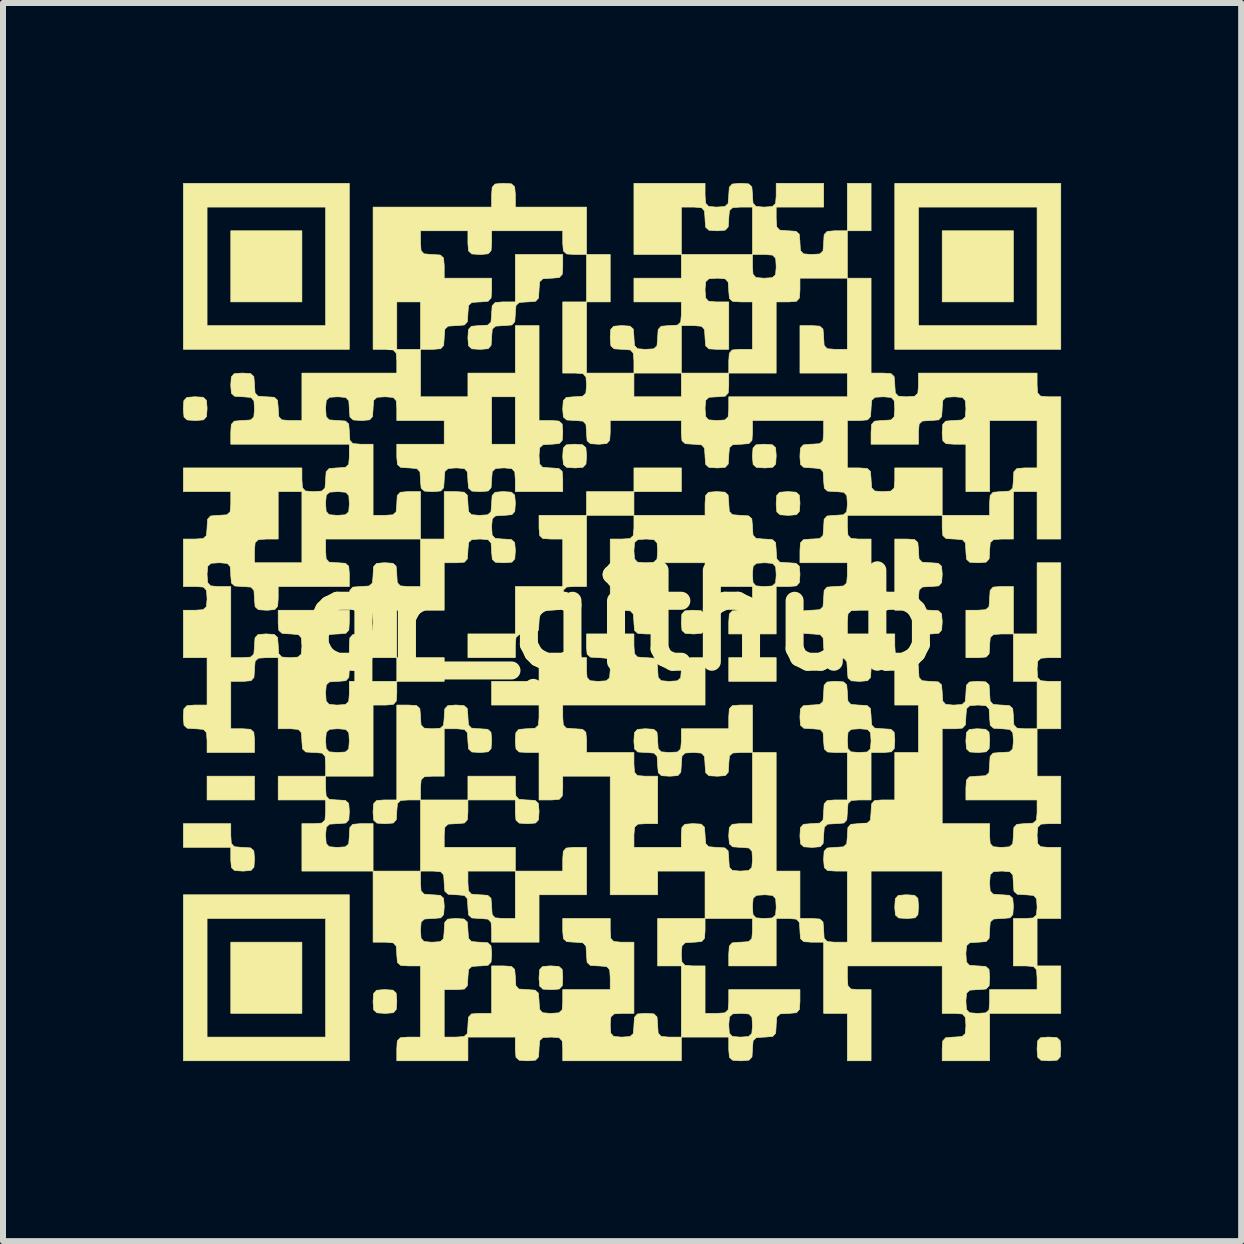
<source format=kicad_pcb>
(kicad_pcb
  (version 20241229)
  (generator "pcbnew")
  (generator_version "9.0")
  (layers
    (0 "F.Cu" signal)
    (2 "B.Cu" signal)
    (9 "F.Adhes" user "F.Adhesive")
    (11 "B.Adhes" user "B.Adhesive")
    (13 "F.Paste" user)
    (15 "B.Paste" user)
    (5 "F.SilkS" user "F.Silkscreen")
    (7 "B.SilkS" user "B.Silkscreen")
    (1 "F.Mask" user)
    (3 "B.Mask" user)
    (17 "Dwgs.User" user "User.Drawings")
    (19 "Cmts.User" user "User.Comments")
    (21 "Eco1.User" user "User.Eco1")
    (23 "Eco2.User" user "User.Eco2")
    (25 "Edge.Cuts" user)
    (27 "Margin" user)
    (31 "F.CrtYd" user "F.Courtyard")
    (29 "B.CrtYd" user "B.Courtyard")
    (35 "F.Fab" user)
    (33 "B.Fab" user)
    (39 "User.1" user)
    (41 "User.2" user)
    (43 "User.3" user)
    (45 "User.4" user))
  (footprint "qr_github"
    (layer "F.Cu")
    (at 7.286 7.286)
    (property "Reference" "qr_github" (at 0 0 0) (layer "F.SilkS") (effects (font (size 1.524 1.524) (thickness 0.3))))
    (attr through_hole)
    (fp_poly (pts (xy -6.096 2.992) (xy -6.886 2.992) (xy -6.886 2.596) (xy -6.096 2.596) (xy -6.096 2.992)) (stroke (width 0.01) (type solid)) (fill yes) (layer "F.SilkS"))
    (fp_poly (pts (xy -5.306 -5.306) (xy -6.491 -5.306) (xy -6.491 -6.491) (xy -5.306 -6.491) (xy -5.306 -5.306)) (stroke (width 0.01) (type solid)) (fill yes) (layer "F.SilkS"))
    (fp_poly (pts (xy -5.306 6.548) (xy -6.491 6.548) (xy -6.491 5.362) (xy -5.306 5.362) (xy -5.306 6.548)) (stroke (width 0.01) (type solid)) (fill yes) (layer "F.SilkS"))
    (fp_poly (pts (xy -2.935 0.621) (xy -2.935 1.016) (xy -3.725 1.016) (xy -3.725 0.621) (xy -2.935 0.621)) (stroke (width 0.01) (type solid)) (fill yes) (layer "F.SilkS"))
    (fp_poly (pts (xy -0.564 -1.75) (xy -0.564 -2.145) (xy 0.226 -2.145) (xy 0.226 -1.75) (xy -0.564 -1.75)) (stroke (width 0.01) (type solid)) (fill yes) (layer "F.SilkS"))
    (fp_poly (pts (xy 0.226 -2.54) (xy 1.016 -2.54) (xy 1.016 -2.145) (xy 0.226 -2.145) (xy 0.226 -2.54)) (stroke (width 0.01) (type solid)) (fill yes) (layer "F.SilkS"))
    (fp_poly (pts (xy 2.596 1.016) (xy 1.806 1.016) (xy 1.806 0.621) (xy 2.596 0.621) (xy 2.596 1.016)) (stroke (width 0.01) (type solid)) (fill yes) (layer "F.SilkS"))
    (fp_poly (pts (xy 3.782 -7.281) (xy 4.177 -7.281) (xy 4.177 -6.491) (xy 3.782 -6.491) (xy 3.782 -7.281)) (stroke (width 0.01) (type solid)) (fill yes) (layer "F.SilkS"))
    (fp_poly (pts (xy 6.548 -5.306) (xy 5.362 -5.306) (xy 5.362 -6.491) (xy 6.548 -6.491) (xy 6.548 -5.306)) (stroke (width 0.01) (type solid)) (fill yes) (layer "F.SilkS"))
    (fp_poly (pts (xy -4.516 -4.516) (xy -7.281 -4.516) (xy -7.281 -6.886) (xy -6.886 -6.886) (xy -6.886 -4.911) (xy -4.911 -4.911) (xy -4.911 -6.886) (xy -6.886 -6.886) (xy -7.281 -6.886) (xy -7.281 -7.281) (xy -4.516 -7.281) (xy -4.516 -4.516)) (stroke (width 0.01) (type solid)) (fill yes) (layer "F.SilkS"))
    (fp_poly (pts (xy -4.516 7.338) (xy -7.281 7.338) (xy -7.281 4.967) (xy -6.886 4.967) (xy -6.886 6.943) (xy -4.911 6.943) (xy -4.911 4.967) (xy -6.886 4.967) (xy -7.281 4.967) (xy -7.281 4.572) (xy -4.516 4.572) (xy -4.516 7.338)) (stroke (width 0.01) (type solid)) (fill yes) (layer "F.SilkS"))
    (fp_poly (pts (xy 7.338 -4.516) (xy 4.572 -4.516) (xy 4.572 -6.886) (xy 4.967 -6.886) (xy 4.967 -4.911) (xy 6.943 -4.911) (xy 6.943 -6.886) (xy 4.967 -6.886) (xy 4.572 -6.886) (xy 4.572 -7.281) (xy 7.338 -7.281) (xy 7.338 -4.516)) (stroke (width 0.01) (type solid)) (fill yes) (layer "F.SilkS"))
    (fp_poly (pts (xy -6.951 -3.717) (xy -6.897 -3.667) (xy -6.886 -3.543) (xy -6.886 -3.528) (xy -6.895 -3.395) (xy -6.944 -3.341) (xy -7.069 -3.33) (xy -7.084 -3.33) (xy -7.216 -3.339) (xy -7.27 -3.388) (xy -7.281 -3.513) (xy -7.281 -3.528) (xy -7.273 -3.66) (xy -7.223 -3.714) (xy -7.099 -3.725) (xy -7.084 -3.725) (xy -6.951 -3.717)) (stroke (width 0.01) (type solid)) (fill yes) (layer "F.SilkS"))
    (fp_poly (pts (xy -3.79 6.161) (xy -3.736 6.21) (xy -3.725 6.335) (xy -3.725 6.35) (xy -3.734 6.482) (xy -3.783 6.537) (xy -3.908 6.548) (xy -3.923 6.548) (xy -4.055 6.539) (xy -4.11 6.49) (xy -4.12 6.365) (xy -4.12 6.35) (xy -4.112 6.218) (xy -4.062 6.163) (xy -3.938 6.152) (xy -3.923 6.152) (xy -3.79 6.161)) (stroke (width 0.01) (type solid)) (fill yes) (layer "F.SilkS"))
    (fp_poly (pts (xy -1.025 5.766) (xy -0.97 5.815) (xy -0.96 5.94) (xy -0.96 5.955) (xy -0.968 6.087) (xy -1.018 6.142) (xy -1.142 6.152) (xy -1.157 6.152) (xy -1.29 6.144) (xy -1.344 6.094) (xy -1.355 5.97) (xy -1.355 5.955) (xy -1.346 5.822) (xy -1.297 5.768) (xy -1.172 5.757) (xy -1.157 5.757) (xy -1.025 5.766)) (stroke (width 0.01) (type solid)) (fill yes) (layer "F.SilkS"))
    (fp_poly (pts (xy -0.63 -2.926) (xy -0.575 -2.877) (xy -0.564 -2.753) (xy -0.564 -2.738) (xy -0.573 -2.605) (xy -0.622 -2.551) (xy -0.747 -2.54) (xy -0.762 -2.54) (xy -0.894 -2.549) (xy -0.949 -2.598) (xy -0.96 -2.723) (xy -0.96 -2.738) (xy -0.951 -2.87) (xy -0.902 -2.924) (xy -0.777 -2.935) (xy -0.762 -2.935) (xy -0.63 -2.926)) (stroke (width 0.01) (type solid)) (fill yes) (layer "F.SilkS"))
    (fp_poly (pts (xy 1.346 -0.161) (xy 1.4 -0.111) (xy 1.411 0.013) (xy 1.411 0.028) (xy 1.402 0.161) (xy 1.353 0.215) (xy 1.229 0.226) (xy 1.214 0.226) (xy 1.081 0.217) (xy 1.027 0.168) (xy 1.016 0.043) (xy 1.016 0.028) (xy 1.025 -0.104) (xy 1.074 -0.158) (xy 1.199 -0.169) (xy 1.214 -0.169) (xy 1.346 -0.161)) (stroke (width 0.01) (type solid)) (fill yes) (layer "F.SilkS"))
    (fp_poly (pts (xy 2.531 -2.926) (xy 2.586 -2.877) (xy 2.596 -2.753) (xy 2.596 -2.738) (xy 2.588 -2.605) (xy 2.538 -2.551) (xy 2.414 -2.54) (xy 2.399 -2.54) (xy 2.266 -2.549) (xy 2.212 -2.598) (xy 2.201 -2.723) (xy 2.201 -2.738) (xy 2.21 -2.87) (xy 2.259 -2.924) (xy 2.384 -2.935) (xy 2.399 -2.935) (xy 2.531 -2.926)) (stroke (width 0.01) (type solid)) (fill yes) (layer "F.SilkS"))
    (fp_poly (pts (xy 2.926 -2.136) (xy 2.981 -2.087) (xy 2.992 -1.962) (xy 2.992 -1.947) (xy 2.983 -1.815) (xy 2.934 -1.761) (xy 2.809 -1.75) (xy 2.794 -1.75) (xy 2.662 -1.759) (xy 2.607 -1.808) (xy 2.596 -1.932) (xy 2.596 -1.947) (xy 2.605 -2.08) (xy 2.654 -2.134) (xy 2.779 -2.145) (xy 2.794 -2.145) (xy 2.926 -2.136)) (stroke (width 0.01) (type solid)) (fill yes) (layer "F.SilkS"))
    (fp_poly (pts (xy 4.902 4.581) (xy 4.956 4.63) (xy 4.967 4.755) (xy 4.967 4.77) (xy 4.958 4.902) (xy 4.909 4.956) (xy 4.785 4.967) (xy 4.77 4.967) (xy 4.637 4.958) (xy 4.583 4.909) (xy 4.572 4.785) (xy 4.572 4.77) (xy 4.581 4.637) (xy 4.63 4.583) (xy 4.755 4.572) (xy 4.77 4.572) (xy 4.902 4.581)) (stroke (width 0.01) (type solid)) (fill yes) (layer "F.SilkS"))
    (fp_poly (pts (xy 6.087 1.815) (xy 6.142 1.864) (xy 6.152 1.989) (xy 6.152 2.004) (xy 6.144 2.136) (xy 6.094 2.19) (xy 5.97 2.201) (xy 5.955 2.201) (xy 5.822 2.193) (xy 5.768 2.143) (xy 5.757 2.019) (xy 5.757 2.004) (xy 5.766 1.871) (xy 5.815 1.817) (xy 5.94 1.806) (xy 5.955 1.806) (xy 6.087 1.815)) (stroke (width 0.01) (type solid)) (fill yes) (layer "F.SilkS"))
    (fp_poly (pts (xy 7.273 6.951) (xy 7.327 7.001) (xy 7.338 7.125) (xy 7.338 7.14) (xy 7.329 7.273) (xy 7.28 7.327) (xy 7.155 7.338) (xy 7.14 7.338) (xy 7.008 7.329) (xy 6.954 7.28) (xy 6.943 7.155) (xy 6.943 7.14) (xy 6.951 7.008) (xy 7.001 6.954) (xy 7.125 6.943) (xy 7.14 6.943) (xy 7.273 6.951)) (stroke (width 0.01) (type solid)) (fill yes) (layer "F.SilkS"))
    (fp_poly (pts (xy 6.943 0.226) (xy 6.943 -0.96) (xy 7.338 -0.96) (xy 7.338 0.621) (xy 7.14 0.621) (xy 7.008 0.63) (xy 6.954 0.679) (xy 6.943 0.803) (xy 6.943 0.818) (xy 6.951 0.951) (xy 7.001 1.005) (xy 7.125 1.016) (xy 7.14 1.016) (xy 7.338 1.016) (xy 7.338 1.806) (xy 6.943 1.806) (xy 6.943 1.016) (xy 6.548 1.016) (xy 6.548 0.226) (xy 6.943 0.226)) (stroke (width 0.01) (type solid)) (fill yes) (layer "F.SilkS"))
    (fp_poly (pts (xy -6.491 3.584) (xy -6.482 3.717) (xy -6.433 3.771) (xy -6.309 3.782) (xy -6.294 3.782) (xy -6.161 3.791) (xy -6.107 3.84) (xy -6.096 3.964) (xy -6.096 3.979) (xy -6.105 4.112) (xy -6.154 4.166) (xy -6.279 4.177) (xy -6.294 4.177) (xy -6.426 4.168) (xy -6.48 4.119) (xy -6.491 3.994) (xy -6.491 3.979) (xy -6.491 3.782) (xy -7.281 3.782) (xy -7.281 3.387) (xy -6.491 3.387) (xy -6.491 3.584)) (stroke (width 0.01) (type solid)) (fill yes) (layer "F.SilkS"))
    (fp_poly (pts (xy -2.54 2.596) (xy -1.75 2.596) (xy -1.75 2.794) (xy -1.741 2.926) (xy -1.692 2.981) (xy -1.567 2.992) (xy -1.552 2.992) (xy -1.42 3) (xy -1.366 3.05) (xy -1.355 3.174) (xy -1.355 3.189) (xy -1.363 3.322) (xy -1.413 3.376) (xy -1.537 3.387) (xy -1.552 3.387) (xy -1.685 3.378) (xy -1.739 3.329) (xy -1.75 3.204) (xy -1.75 3.189) (xy -1.75 2.992) (xy -2.54 2.992) (xy -2.54 2.596)) (stroke (width 0.01) (type solid)) (fill yes) (layer "F.SilkS"))
    (fp_poly (pts (xy 6.35 0.226) (xy 6.218 0.235) (xy 6.163 0.284) (xy 6.152 0.408) (xy 6.152 0.423) (xy 6.144 0.556) (xy 6.094 0.61) (xy 5.97 0.621) (xy 5.955 0.621) (xy 5.757 0.621) (xy 5.757 -0.169) (xy 5.955 -0.169) (xy 6.087 -0.178) (xy 6.142 -0.227) (xy 6.152 -0.352) (xy 6.152 -0.367) (xy 6.161 -0.499) (xy 6.21 -0.554) (xy 6.335 -0.564) (xy 6.35 -0.564) (xy 6.548 -0.564) (xy 6.548 0.226) (xy 6.35 0.226)) (stroke (width 0.01) (type solid)) (fill yes) (layer "F.SilkS"))
    (fp_poly (pts (xy -0.564 -0.564) (xy -0.762 -0.564) (xy -0.894 -0.556) (xy -0.949 -0.506) (xy -0.96 -0.382) (xy -0.96 -0.367) (xy -0.968 -0.234) (xy -1.018 -0.18) (xy -1.142 -0.169) (xy -1.157 -0.169) (xy -1.29 -0.161) (xy -1.344 -0.111) (xy -1.355 0.013) (xy -1.355 0.028) (xy -1.363 0.161) (xy -1.413 0.215) (xy -1.537 0.226) (xy -1.552 0.226) (xy -1.685 0.235) (xy -1.739 0.284) (xy -1.75 0.408) (xy -1.75 0.423) (xy -1.75 0.621) (xy -2.54 0.621) (xy -2.54 0.226) (xy -1.75 0.226) (xy -1.75 -0.564) (xy -0.96 -0.564) (xy -0.96 -1.355) (xy -1.157 -1.355) (xy -1.29 -1.363) (xy -1.344 -1.413) (xy -1.355 -1.537) (xy -1.355 -1.552) (xy -1.355 -1.75) (xy -0.564 -1.75) (xy -0.564 -0.564)) (stroke (width 0.01) (type solid)) (fill yes) (layer "F.SilkS"))
    (fp_poly (pts (xy 4.902 -1.346) (xy 4.956 -1.297) (xy 4.967 -1.172) (xy 4.967 -1.157) (xy 4.976 -1.025) (xy 5.025 -0.97) (xy 5.15 -0.96) (xy 5.165 -0.96) (xy 5.297 -0.951) (xy 5.351 -0.902) (xy 5.362 -0.777) (xy 5.362 -0.762) (xy 5.353 -0.63) (xy 5.304 -0.575) (xy 5.18 -0.564) (xy 5.165 -0.564) (xy 5.032 -0.556) (xy 4.978 -0.506) (xy 4.967 -0.382) (xy 4.967 -0.367) (xy 4.976 -0.234) (xy 5.025 -0.18) (xy 5.15 -0.169) (xy 5.165 -0.169) (xy 5.297 -0.161) (xy 5.351 -0.111) (xy 5.362 0.013) (xy 5.362 0.028) (xy 5.353 0.161) (xy 5.304 0.215) (xy 5.18 0.226) (xy 5.165 0.226) (xy 5.032 0.217) (xy 4.978 0.168) (xy 4.967 0.043) (xy 4.967 0.028) (xy 4.958 -0.104) (xy 4.909 -0.158) (xy 4.785 -0.169) (xy 4.77 -0.169) (xy 4.572 -0.169) (xy 4.572 -1.355) (xy 4.77 -1.355) (xy 4.902 -1.346)) (stroke (width 0.01) (type solid)) (fill yes) (layer "F.SilkS"))
    (fp_poly (pts (xy -0.96 -5.898) (xy -0.968 -5.766) (xy -1.018 -5.712) (xy -1.142 -5.701) (xy -1.157 -5.701) (xy -1.29 -5.692) (xy -1.344 -5.643) (xy -1.355 -5.518) (xy -1.355 -5.503) (xy -1.363 -5.371) (xy -1.413 -5.317) (xy -1.537 -5.306) (xy -1.552 -5.306) (xy -1.685 -5.297) (xy -1.739 -5.248) (xy -1.75 -5.123) (xy -1.75 -5.108) (xy -1.759 -4.976) (xy -1.808 -4.922) (xy -1.932 -4.911) (xy -1.947 -4.911) (xy -2.08 -4.902) (xy -2.134 -4.853) (xy -2.145 -4.728) (xy -2.145 -4.713) (xy -2.154 -4.581) (xy -2.203 -4.526) (xy -2.327 -4.516) (xy -2.342 -4.516) (xy -2.475 -4.524) (xy -2.529 -4.574) (xy -2.54 -4.698) (xy -2.54 -4.713) (xy -2.531 -4.846) (xy -2.482 -4.9) (xy -2.357 -4.911) (xy -2.342 -4.911) (xy -2.21 -4.919) (xy -2.156 -4.969) (xy -2.145 -5.093) (xy -2.145 -5.108) (xy -2.136 -5.241) (xy -2.087 -5.295) (xy -1.962 -5.306) (xy -1.947 -5.306) (xy -1.75 -5.306) (xy -1.75 -6.096) (xy -0.96 -6.096) (xy -0.96 -5.898)) (stroke (width 0.01) (type solid)) (fill yes) (layer "F.SilkS"))
    (fp_poly (pts (xy 2.201 2.201) (xy 2.004 2.201) (xy 1.871 2.21) (xy 1.817 2.259) (xy 1.806 2.384) (xy 1.806 2.399) (xy 1.797 2.531) (xy 1.748 2.586) (xy 1.624 2.596) (xy 1.609 2.596) (xy 1.476 2.588) (xy 1.422 2.538) (xy 1.411 2.414) (xy 1.411 2.399) (xy 1.402 2.266) (xy 1.353 2.212) (xy 1.229 2.201) (xy 1.214 2.201) (xy 1.081 2.21) (xy 1.027 2.259) (xy 1.016 2.384) (xy 1.016 2.399) (xy 1.007 2.531) (xy 0.958 2.586) (xy 0.833 2.596) (xy 0.818 2.596) (xy 0.686 2.588) (xy 0.632 2.538) (xy 0.621 2.414) (xy 0.621 2.399) (xy 0.612 2.266) (xy 0.563 2.212) (xy 0.438 2.201) (xy 0.423 2.201) (xy 0.291 2.193) (xy 0.237 2.143) (xy 0.226 2.019) (xy 0.226 2.004) (xy 0.235 1.871) (xy 0.284 1.817) (xy 0.408 1.806) (xy 0.423 1.806) (xy 0.556 1.815) (xy 0.61 1.864) (xy 0.621 1.989) (xy 0.621 2.004) (xy 0.63 2.136) (xy 0.679 2.19) (xy 0.803 2.201) (xy 0.818 2.201) (xy 0.951 2.193) (xy 1.005 2.143) (xy 1.016 2.019) (xy 1.016 2.004) (xy 1.016 1.806) (xy 1.806 1.806) (xy 1.806 1.609) (xy 1.815 1.476) (xy 1.864 1.422) (xy 1.989 1.411) (xy 2.004 1.411) (xy 2.201 1.411) (xy 2.201 2.201)) (stroke (width 0.01) (type solid)) (fill yes) (layer "F.SilkS"))
    (fp_poly (pts (xy -2.54 3.189) (xy -2.549 3.322) (xy -2.598 3.376) (xy -2.723 3.387) (xy -2.738 3.387) (xy -2.87 3.395) (xy -2.924 3.445) (xy -2.935 3.569) (xy -2.935 3.584) (xy -2.935 3.782) (xy -1.75 3.782) (xy -1.75 4.177) (xy -0.96 4.177) (xy -0.96 3.979) (xy -0.951 3.847) (xy -0.902 3.793) (xy -0.777 3.782) (xy -0.762 3.782) (xy -0.564 3.782) (xy -0.564 4.572) (xy -1.355 4.572) (xy -1.355 5.362) (xy -2.145 5.362) (xy -2.145 5.165) (xy -2.154 5.032) (xy -2.203 4.978) (xy -2.327 4.967) (xy -2.342 4.967) (xy -2.475 4.958) (xy -2.529 4.909) (xy -2.54 4.785) (xy -2.54 4.77) (xy -2.549 4.637) (xy -2.598 4.583) (xy -2.723 4.572) (xy -2.738 4.572) (xy -2.87 4.563) (xy -2.924 4.514) (xy -2.935 4.389) (xy -2.935 4.374) (xy -2.944 4.242) (xy -2.993 4.188) (xy -3.118 4.177) (xy -3.133 4.177) (xy -2.54 4.177) (xy -2.54 4.374) (xy -2.531 4.507) (xy -2.482 4.561) (xy -2.357 4.572) (xy -2.342 4.572) (xy -2.21 4.581) (xy -2.156 4.63) (xy -2.145 4.755) (xy -2.145 4.77) (xy -2.136 4.902) (xy -2.087 4.956) (xy -1.962 4.967) (xy -1.947 4.967) (xy -1.75 4.967) (xy -1.75 4.177) (xy -2.54 4.177) (xy -3.133 4.177) (xy -3.33 4.177) (xy -3.33 2.992) (xy -2.54 2.992) (xy -2.54 3.189)) (stroke (width 0.01) (type solid)) (fill yes) (layer "F.SilkS"))
    (fp_poly (pts (xy -3.528 2.992) (xy -3.66 3) (xy -3.714 3.05) (xy -3.725 3.174) (xy -3.725 3.189) (xy -3.734 3.322) (xy -3.783 3.376) (xy -3.908 3.387) (xy -3.923 3.387) (xy -4.055 3.378) (xy -4.11 3.329) (xy -4.12 3.204) (xy -4.12 3.189) (xy -4.112 3.057) (xy -4.062 3.002) (xy -3.938 2.992) (xy -3.923 2.992) (xy -3.725 2.992) (xy -3.725 1.411) (xy -3.528 1.411) (xy -3.395 1.42) (xy -3.341 1.469) (xy -3.33 1.594) (xy -3.33 1.609) (xy -3.321 1.741) (xy -3.272 1.795) (xy -3.148 1.806) (xy -3.133 1.806) (xy -3 1.797) (xy -2.946 1.748) (xy -2.935 1.624) (xy -2.935 1.609) (xy -2.926 1.476) (xy -2.877 1.422) (xy -2.753 1.411) (xy -2.738 1.411) (xy -2.605 1.42) (xy -2.551 1.469) (xy -2.54 1.594) (xy -2.54 1.609) (xy -2.531 1.741) (xy -2.482 1.795) (xy -2.357 1.806) (xy -2.342 1.806) (xy -2.21 1.815) (xy -2.156 1.864) (xy -2.145 1.989) (xy -2.145 2.004) (xy -2.154 2.136) (xy -2.203 2.19) (xy -2.327 2.201) (xy -2.342 2.201) (xy -2.475 2.193) (xy -2.529 2.143) (xy -2.54 2.019) (xy -2.54 2.004) (xy -2.549 1.871) (xy -2.598 1.817) (xy -2.723 1.806) (xy -2.738 1.806) (xy -2.935 1.806) (xy -2.935 2.596) (xy -3.133 2.596) (xy -3.265 2.605) (xy -3.319 2.654) (xy -3.33 2.779) (xy -3.33 2.794) (xy -3.33 2.992) (xy -3.528 2.992)) (stroke (width 0.01) (type solid)) (fill yes) (layer "F.SilkS"))
    (fp_poly (pts (xy -4.516 0.621) (xy -4.516 0.423) (xy -4.507 0.291) (xy -4.458 0.237) (xy -4.333 0.226) (xy -4.318 0.226) (xy -4.186 0.217) (xy -4.131 0.168) (xy -4.12 0.043) (xy -4.12 0.028) (xy -4.129 -0.104) (xy -4.178 -0.158) (xy -4.303 -0.169) (xy -4.318 -0.169) (xy -4.45 -0.178) (xy -4.505 -0.227) (xy -4.516 -0.352) (xy -4.516 -0.367) (xy -4.507 -0.499) (xy -4.458 -0.554) (xy -4.333 -0.564) (xy -4.318 -0.564) (xy -4.186 -0.573) (xy -4.131 -0.622) (xy -4.12 -0.747) (xy -4.12 -0.762) (xy -4.112 -0.894) (xy -4.062 -0.949) (xy -3.938 -0.96) (xy -3.923 -0.96) (xy -3.79 -0.951) (xy -3.736 -0.902) (xy -3.725 -0.777) (xy -3.725 -0.762) (xy -3.717 -0.63) (xy -3.667 -0.575) (xy -3.543 -0.564) (xy -3.528 -0.564) (xy -3.33 -0.564) (xy -3.33 -1.355) (xy -2.935 -1.355) (xy -2.935 -2.145) (xy -2.738 -2.145) (xy -2.605 -2.136) (xy -2.551 -2.087) (xy -2.54 -1.962) (xy -2.54 -1.947) (xy -2.531 -1.815) (xy -2.482 -1.761) (xy -2.357 -1.75) (xy -2.342 -1.75) (xy -2.21 -1.759) (xy -2.156 -1.808) (xy -2.145 -1.932) (xy -2.145 -1.947) (xy -2.136 -2.08) (xy -2.087 -2.134) (xy -1.962 -2.145) (xy -1.947 -2.145) (xy -1.815 -2.136) (xy -1.761 -2.087) (xy -1.75 -1.962) (xy -1.75 -1.947) (xy -1.759 -1.815) (xy -1.808 -1.761) (xy -1.932 -1.75) (xy -1.947 -1.75) (xy -2.08 -1.741) (xy -2.134 -1.692) (xy -2.145 -1.567) (xy -2.145 -1.552) (xy -2.136 -1.42) (xy -2.087 -1.366) (xy -1.962 -1.355) (xy -1.947 -1.355) (xy -1.815 -1.346) (xy -1.761 -1.297) (xy -1.75 -1.172) (xy -1.75 -1.157) (xy -1.759 -1.025) (xy -1.808 -0.97) (xy -1.932 -0.96) (xy -1.947 -0.96) (xy -2.08 -0.968) (xy -2.134 -1.018) (xy -2.145 -1.142) (xy -2.145 -1.157) (xy -2.154 -1.29) (xy -2.203 -1.344) (xy -2.327 -1.355) (xy -2.342 -1.355) (xy -2.475 -1.346) (xy -2.529 -1.297) (xy -2.54 -1.172) (xy -2.54 -1.157) (xy -2.549 -1.025) (xy -2.598 -0.97) (xy -2.723 -0.96) (xy -2.738 -0.96) (xy -2.935 -0.96) (xy -2.935 -0.169) (xy -3.725 -0.169) (xy -3.725 0.621) (xy -4.516 0.621)) (stroke (width 0.01) (type solid)) (fill yes) (layer "F.SilkS"))
    (fp_poly (pts (xy 3.717 1.025) (xy 3.771 1.074) (xy 3.782 1.199) (xy 3.782 1.214) (xy 3.791 1.346) (xy 3.84 1.4) (xy 3.964 1.411) (xy 3.979 1.411) (xy 4.112 1.42) (xy 4.166 1.469) (xy 4.177 1.594) (xy 4.177 1.609) (xy 4.186 1.741) (xy 4.235 1.795) (xy 4.359 1.806) (xy 4.374 1.806) (xy 4.507 1.815) (xy 4.561 1.864) (xy 4.572 1.989) (xy 4.572 2.004) (xy 4.563 2.136) (xy 4.514 2.19) (xy 4.389 2.201) (xy 4.374 2.201) (xy 4.177 2.201) (xy 4.177 2.992) (xy 3.979 2.992) (xy 3.847 3) (xy 3.793 3.05) (xy 3.782 3.174) (xy 3.782 3.189) (xy 3.773 3.322) (xy 3.724 3.376) (xy 3.599 3.387) (xy 3.584 3.387) (xy 3.452 3.395) (xy 3.398 3.445) (xy 3.387 3.569) (xy 3.387 3.584) (xy 3.378 3.717) (xy 3.329 3.771) (xy 3.204 3.782) (xy 3.189 3.782) (xy 3.057 3.773) (xy 3.002 3.724) (xy 2.992 3.599) (xy 2.992 3.584) (xy 3 3.452) (xy 3.05 3.398) (xy 3.174 3.387) (xy 3.189 3.387) (xy 3.322 3.378) (xy 3.376 3.329) (xy 3.387 3.204) (xy 3.387 3.189) (xy 3.395 3.057) (xy 3.445 3.002) (xy 3.569 2.992) (xy 3.584 2.992) (xy 3.782 2.992) (xy 3.782 2.201) (xy 3.584 2.201) (xy 3.452 2.193) (xy 3.398 2.143) (xy 3.387 2.019) (xy 3.387 2.004) (xy 3.782 2.004) (xy 3.791 2.136) (xy 3.84 2.19) (xy 3.964 2.201) (xy 3.979 2.201) (xy 4.112 2.193) (xy 4.166 2.143) (xy 4.177 2.019) (xy 4.177 2.004) (xy 4.168 1.871) (xy 4.119 1.817) (xy 3.994 1.806) (xy 3.979 1.806) (xy 3.847 1.815) (xy 3.793 1.864) (xy 3.782 1.989) (xy 3.782 2.004) (xy 3.387 2.004) (xy 3.378 1.871) (xy 3.329 1.817) (xy 3.204 1.806) (xy 3.189 1.806) (xy 3.057 1.797) (xy 3.002 1.748) (xy 2.992 1.624) (xy 2.992 1.609) (xy 3 1.476) (xy 3.05 1.422) (xy 3.174 1.411) (xy 3.189 1.411) (xy 3.322 1.402) (xy 3.376 1.353) (xy 3.387 1.229) (xy 3.387 1.214) (xy 3.395 1.081) (xy 3.445 1.027) (xy 3.569 1.016) (xy 3.584 1.016) (xy 3.717 1.025)) (stroke (width 0.01) (type solid)) (fill yes) (layer "F.SilkS"))
    (fp_poly (pts (xy 1.411 -1.75) (xy 1.411 -1.947) (xy 1.42 -2.08) (xy 1.469 -2.134) (xy 1.594 -2.145) (xy 1.609 -2.145) (xy 1.741 -2.136) (xy 1.795 -2.087) (xy 1.806 -1.962) (xy 1.806 -1.947) (xy 1.815 -1.815) (xy 1.864 -1.761) (xy 1.989 -1.75) (xy 2.004 -1.75) (xy 2.136 -1.741) (xy 2.19 -1.692) (xy 2.201 -1.567) (xy 2.201 -1.552) (xy 2.21 -1.42) (xy 2.259 -1.366) (xy 2.384 -1.355) (xy 2.399 -1.355) (xy 2.531 -1.346) (xy 2.586 -1.297) (xy 2.596 -1.172) (xy 2.596 -1.157) (xy 2.605 -1.025) (xy 2.654 -0.97) (xy 2.779 -0.96) (xy 2.794 -0.96) (xy 2.926 -0.951) (xy 2.981 -0.902) (xy 2.992 -0.777) (xy 2.992 -0.762) (xy 2.983 -0.63) (xy 2.934 -0.575) (xy 2.809 -0.564) (xy 2.794 -0.564) (xy 2.596 -0.564) (xy 2.596 0.226) (xy 1.806 0.226) (xy 1.806 0.028) (xy 1.815 -0.104) (xy 1.864 -0.158) (xy 1.989 -0.169) (xy 2.004 -0.169) (xy 2.136 -0.178) (xy 2.19 -0.227) (xy 2.201 -0.352) (xy 2.201 -0.367) (xy 2.201 -0.564) (xy 1.411 -0.564) (xy 1.411 -0.762) (xy 2.201 -0.762) (xy 2.21 -0.63) (xy 2.259 -0.575) (xy 2.384 -0.564) (xy 2.399 -0.564) (xy 2.531 -0.573) (xy 2.586 -0.622) (xy 2.596 -0.747) (xy 2.596 -0.762) (xy 2.588 -0.894) (xy 2.538 -0.949) (xy 2.414 -0.96) (xy 2.399 -0.96) (xy 2.266 -0.951) (xy 2.212 -0.902) (xy 2.201 -0.777) (xy 2.201 -0.762) (xy 1.411 -0.762) (xy 1.411 -0.96) (xy 0.621 -0.96) (xy 0.621 0.226) (xy 0.423 0.226) (xy 0.291 0.217) (xy 0.237 0.168) (xy 0.226 0.043) (xy 0.226 0.028) (xy 0.217 -0.104) (xy 0.168 -0.158) (xy 0.043 -0.169) (xy 0.028 -0.169) (xy -0.169 -0.169) (xy -0.169 -1.157) (xy 0.226 -1.157) (xy 0.235 -1.025) (xy 0.284 -0.97) (xy 0.408 -0.96) (xy 0.423 -0.96) (xy 0.556 -0.968) (xy 0.61 -1.018) (xy 0.621 -1.142) (xy 0.621 -1.157) (xy 0.612 -1.29) (xy 0.563 -1.344) (xy 0.438 -1.355) (xy 0.423 -1.355) (xy 0.291 -1.346) (xy 0.237 -1.297) (xy 0.226 -1.172) (xy 0.226 -1.157) (xy -0.169 -1.157) (xy -0.169 -1.355) (xy 0.028 -1.355) (xy 0.161 -1.363) (xy 0.215 -1.413) (xy 0.226 -1.537) (xy 0.226 -1.552) (xy 0.226 -1.75) (xy 1.411 -1.75)) (stroke (width 0.01) (type solid)) (fill yes) (layer "F.SilkS"))
    (fp_poly (pts (xy 3.782 -5.701) (xy 2.992 -5.701) (xy 2.992 -5.503) (xy 2.983 -5.371) (xy 2.934 -5.317) (xy 2.809 -5.306) (xy 2.794 -5.306) (xy 2.596 -5.306) (xy 2.596 -4.12) (xy 1.806 -4.12) (xy 1.806 -4.318) (xy 1.815 -4.45) (xy 1.864 -4.505) (xy 1.989 -4.516) (xy 2.004 -4.516) (xy 2.201 -4.516) (xy 2.201 -5.306) (xy 2.004 -5.306) (xy 1.871 -5.315) (xy 1.817 -5.364) (xy 1.806 -5.488) (xy 1.806 -5.503) (xy 1.797 -5.636) (xy 1.748 -5.69) (xy 1.624 -5.701) (xy 1.609 -5.701) (xy 1.476 -5.692) (xy 1.422 -5.643) (xy 1.411 -5.518) (xy 1.411 -5.503) (xy 1.42 -5.371) (xy 1.469 -5.317) (xy 1.594 -5.306) (xy 1.609 -5.306) (xy 1.806 -5.306) (xy 1.806 -4.516) (xy 1.609 -4.516) (xy 1.476 -4.524) (xy 1.422 -4.574) (xy 1.411 -4.698) (xy 1.411 -4.713) (xy 1.402 -4.846) (xy 1.353 -4.9) (xy 1.229 -4.911) (xy 1.214 -4.911) (xy 1.016 -4.911) (xy 1.016 -4.12) (xy 0.226 -4.12) (xy 0.226 -4.318) (xy 0.217 -4.45) (xy 0.168 -4.505) (xy 0.043 -4.516) (xy 0.028 -4.516) (xy -0.104 -4.524) (xy -0.158 -4.574) (xy -0.169 -4.698) (xy -0.169 -4.713) (xy -0.161 -4.846) (xy -0.111 -4.9) (xy 0.013 -4.911) (xy 0.028 -4.911) (xy 0.161 -4.902) (xy 0.215 -4.853) (xy 0.226 -4.728) (xy 0.226 -4.713) (xy 0.235 -4.581) (xy 0.284 -4.526) (xy 0.408 -4.516) (xy 0.423 -4.516) (xy 0.556 -4.524) (xy 0.61 -4.574) (xy 0.621 -4.698) (xy 0.621 -4.713) (xy 0.63 -4.846) (xy 0.679 -4.9) (xy 0.803 -4.911) (xy 0.818 -4.911) (xy 0.951 -4.919) (xy 1.005 -4.969) (xy 1.016 -5.093) (xy 1.016 -5.108) (xy 1.016 -5.306) (xy 0.226 -5.306) (xy 0.226 -5.701) (xy 1.016 -5.701) (xy 1.016 -5.898) (xy 2.201 -5.898) (xy 2.21 -5.766) (xy 2.259 -5.712) (xy 2.384 -5.701) (xy 2.399 -5.701) (xy 2.531 -5.71) (xy 2.586 -5.759) (xy 2.596 -5.883) (xy 2.596 -5.898) (xy 2.588 -6.031) (xy 2.538 -6.085) (xy 2.414 -6.096) (xy 2.399 -6.096) (xy 2.201 -6.096) (xy 2.201 -5.898) (xy 1.016 -5.898) (xy 1.016 -6.096) (xy 0.226 -6.096) (xy 0.226 -6.886) (xy 1.016 -6.886) (xy 1.016 -6.096) (xy 2.201 -6.096) (xy 2.201 -6.886) (xy 2.004 -6.886) (xy 1.871 -6.877) (xy 1.817 -6.828) (xy 1.806 -6.704) (xy 1.806 -6.689) (xy 1.797 -6.556) (xy 1.748 -6.502) (xy 1.624 -6.491) (xy 1.609 -6.491) (xy 1.476 -6.5) (xy 1.422 -6.549) (xy 1.411 -6.674) (xy 1.411 -6.689) (xy 1.402 -6.821) (xy 1.353 -6.875) (xy 1.229 -6.886) (xy 1.214 -6.886) (xy 1.016 -6.886) (xy 0.226 -6.886) (xy 0.226 -7.281) (xy 1.411 -7.281) (xy 1.411 -7.084) (xy 1.42 -6.951) (xy 1.469 -6.897) (xy 1.594 -6.886) (xy 1.609 -6.886) (xy 1.741 -6.895) (xy 1.795 -6.944) (xy 1.806 -7.069) (xy 1.806 -7.084) (xy 1.815 -7.216) (xy 1.864 -7.27) (xy 1.989 -7.281) (xy 2.004 -7.281) (xy 2.136 -7.273) (xy 2.19 -7.223) (xy 2.201 -7.099) (xy 2.201 -7.084) (xy 2.21 -6.951) (xy 2.259 -6.897) (xy 2.384 -6.886) (xy 2.399 -6.886) (xy 2.531 -6.895) (xy 2.586 -6.944) (xy 2.596 -7.069) (xy 2.596 -7.084) (xy 2.596 -7.281) (xy 3.387 -7.281) (xy 3.387 -6.886) (xy 2.596 -6.886) (xy 2.596 -6.689) (xy 2.605 -6.556) (xy 2.654 -6.502) (xy 2.779 -6.491) (xy 2.794 -6.491) (xy 2.926 -6.482) (xy 2.981 -6.433) (xy 2.992 -6.309) (xy 2.992 -6.294) (xy 3 -6.161) (xy 3.05 -6.107) (xy 3.174 -6.096) (xy 3.189 -6.096) (xy 3.322 -6.105) (xy 3.376 -6.154) (xy 3.387 -6.279) (xy 3.387 -6.294) (xy 3.395 -6.426) (xy 3.445 -6.48) (xy 3.569 -6.491) (xy 3.584 -6.491) (xy 3.782 -6.491) (xy 3.782 -5.701)) (stroke (width 0.01) (type solid)) (fill yes) (layer "F.SilkS"))
    (fp_poly (pts (xy 6.943 2.596) (xy 7.338 2.596) (xy 7.338 3.387) (xy 7.14 3.387) (xy 7.008 3.395) (xy 6.954 3.445) (xy 6.943 3.569) (xy 6.943 3.584) (xy 6.951 3.717) (xy 7.001 3.771) (xy 7.125 3.782) (xy 7.14 3.782) (xy 7.338 3.782) (xy 7.338 4.967) (xy 6.943 4.967) (xy 6.943 5.757) (xy 7.338 5.757) (xy 7.338 6.548) (xy 6.152 6.548) (xy 6.152 7.338) (xy 5.362 7.338) (xy 5.362 7.14) (xy 5.371 7.008) (xy 5.42 6.954) (xy 5.545 6.943) (xy 5.56 6.943) (xy 5.692 6.934) (xy 5.746 6.885) (xy 5.757 6.76) (xy 5.757 6.745) (xy 5.749 6.613) (xy 5.699 6.558) (xy 5.575 6.548) (xy 5.56 6.548) (xy 5.362 6.548) (xy 5.362 5.757) (xy 3.782 5.757) (xy 3.782 5.955) (xy 3.791 6.087) (xy 3.84 6.142) (xy 3.964 6.152) (xy 3.979 6.152) (xy 4.177 6.152) (xy 4.177 7.338) (xy 3.782 7.338) (xy 3.782 6.548) (xy 3.387 6.548) (xy 3.387 5.56) (xy 5.757 5.56) (xy 5.766 5.692) (xy 5.815 5.746) (xy 5.94 5.757) (xy 5.955 5.757) (xy 6.087 5.766) (xy 6.142 5.815) (xy 6.152 5.94) (xy 6.152 5.955) (xy 6.144 6.087) (xy 6.094 6.142) (xy 5.97 6.152) (xy 5.955 6.152) (xy 5.822 6.161) (xy 5.768 6.21) (xy 5.757 6.335) (xy 5.757 6.35) (xy 5.766 6.482) (xy 5.815 6.537) (xy 5.94 6.548) (xy 5.955 6.548) (xy 6.087 6.539) (xy 6.142 6.49) (xy 6.152 6.365) (xy 6.152 6.35) (xy 6.152 6.152) (xy 6.943 6.152) (xy 6.943 5.955) (xy 6.934 5.822) (xy 6.885 5.768) (xy 6.76 5.757) (xy 6.745 5.757) (xy 6.548 5.757) (xy 6.548 4.967) (xy 6.745 4.967) (xy 6.878 4.958) (xy 6.932 4.909) (xy 6.943 4.785) (xy 6.943 4.77) (xy 6.934 4.637) (xy 6.885 4.583) (xy 6.76 4.572) (xy 6.745 4.572) (xy 6.613 4.563) (xy 6.558 4.514) (xy 6.548 4.389) (xy 6.548 4.374) (xy 6.539 4.242) (xy 6.49 4.188) (xy 6.365 4.177) (xy 6.35 4.177) (xy 6.218 4.186) (xy 6.163 4.235) (xy 6.152 4.359) (xy 6.152 4.374) (xy 6.161 4.507) (xy 6.21 4.561) (xy 6.335 4.572) (xy 6.35 4.572) (xy 6.482 4.581) (xy 6.537 4.63) (xy 6.548 4.755) (xy 6.548 4.77) (xy 6.539 4.902) (xy 6.49 4.956) (xy 6.365 4.967) (xy 6.35 4.967) (xy 6.218 4.976) (xy 6.163 5.025) (xy 6.152 5.15) (xy 6.152 5.165) (xy 6.144 5.297) (xy 6.094 5.351) (xy 5.97 5.362) (xy 5.955 5.362) (xy 5.822 5.371) (xy 5.768 5.42) (xy 5.757 5.545) (xy 5.757 5.56) (xy 3.387 5.56) (xy 3.387 5.362) (xy 3.189 5.362) (xy 3.057 5.353) (xy 3.002 5.304) (xy 2.992 5.18) (xy 2.992 5.165) (xy 2.983 5.032) (xy 2.934 4.978) (xy 2.809 4.967) (xy 2.794 4.967) (xy 2.596 4.967) (xy 2.596 5.757) (xy 1.806 5.757) (xy 1.806 5.56) (xy 1.815 5.427) (xy 1.864 5.373) (xy 1.989 5.362) (xy 2.004 5.362) (xy 2.136 5.353) (xy 2.19 5.304) (xy 2.201 5.18) (xy 2.201 5.165) (xy 2.201 4.967) (xy 1.411 4.967) (xy 1.411 5.165) (xy 1.402 5.297) (xy 1.353 5.351) (xy 1.229 5.362) (xy 1.214 5.362) (xy 1.081 5.371) (xy 1.027 5.42) (xy 1.016 5.545) (xy 1.016 5.56) (xy 1.025 5.692) (xy 1.074 5.746) (xy 1.199 5.757) (xy 1.214 5.757) (xy 1.411 5.757) (xy 1.411 6.548) (xy 1.609 6.548) (xy 1.741 6.539) (xy 1.795 6.49) (xy 1.806 6.365) (xy 1.806 6.35) (xy 1.806 6.152) (xy 2.992 6.152) (xy 2.992 6.35) (xy 2.983 6.482) (xy 2.934 6.537) (xy 2.809 6.548) (xy 2.794 6.548) (xy 2.662 6.556) (xy 2.607 6.606) (xy 2.596 6.73) (xy 2.596 6.745) (xy 2.588 6.878) (xy 2.538 6.932) (xy 2.414 6.943) (xy 2.399 6.943) (xy 2.266 6.951) (xy 2.212 7.001) (xy 2.201 7.125) (xy 2.201 7.14) (xy 2.193 7.273) (xy 2.143 7.327) (xy 2.019 7.338) (xy 2.004 7.338) (xy 1.871 7.329) (xy 1.817 7.28) (xy 1.806 7.155) (xy 1.806 7.14) (xy 1.806 6.943) (xy 1.016 6.943) (xy 1.016 7.338) (xy -0.96 7.338) (xy -0.96 7.14) (xy -0.968 7.008) (xy -1.018 6.954) (xy -1.142 6.943) (xy -1.157 6.943) (xy -1.29 6.951) (xy -1.344 7.001) (xy -1.355 7.125) (xy -1.355 7.14) (xy -1.363 7.273) (xy -1.413 7.327) (xy -1.537 7.338) (xy -1.552 7.338) (xy -1.685 7.329) (xy -1.739 7.28) (xy -1.75 7.155) (xy -1.75 7.14) (xy -1.75 6.943) (xy -2.54 6.943) (xy -2.54 7.338) (xy -3.725 7.338) (xy -3.725 7.14) (xy -3.717 7.008) (xy -3.667 6.954) (xy -3.543 6.943) (xy -3.528 6.943) (xy -3.33 6.943) (xy -3.33 5.757) (xy -3.528 5.757) (xy -3.66 5.749) (xy -3.714 5.699) (xy -3.725 5.575) (xy -3.725 5.56) (xy -3.734 5.427) (xy -3.783 5.373) (xy -3.908 5.362) (xy -3.923 5.362) (xy -4.12 5.362) (xy -4.12 4.177) (xy -5.306 4.177) (xy -5.306 3.387) (xy -5.108 3.387) (xy -4.976 3.378) (xy -4.922 3.329) (xy -4.911 3.204) (xy -4.911 3.189) (xy -4.911 2.992) (xy -5.701 2.992) (xy -5.701 2.596) (xy -4.911 2.596) (xy -4.911 2.399) (xy -4.919 2.266) (xy -4.969 2.212) (xy -5.093 2.201) (xy -5.108 2.201) (xy -5.241 2.193) (xy -5.295 2.143) (xy -5.306 2.019) (xy -5.306 2.004) (xy -4.911 2.004) (xy -4.902 2.136) (xy -4.853 2.19) (xy -4.728 2.201) (xy -4.713 2.201) (xy -4.581 2.193) (xy -4.526 2.143) (xy -4.516 2.019) (xy -4.516 2.004) (xy -4.524 1.871) (xy -4.574 1.817) (xy -4.698 1.806) (xy -4.713 1.806) (xy -4.846 1.815) (xy -4.9 1.864) (xy -4.911 1.989) (xy -4.911 2.004) (xy -5.306 2.004) (xy -5.315 1.871) (xy -5.364 1.817) (xy -5.488 1.806) (xy -5.503 1.806) (xy -5.701 1.806) (xy -5.701 0.621) (xy -5.898 0.621) (xy -6.031 0.63) (xy -6.085 0.679) (xy -6.096 0.803) (xy -6.096 0.818) (xy -6.105 0.951) (xy -6.154 1.005) (xy -6.279 1.016) (xy -6.294 1.016) (xy -6.491 1.016) (xy -6.491 1.806) (xy -6.294 1.806) (xy -6.161 1.815) (xy -6.107 1.864) (xy -6.096 1.989) (xy -6.096 2.004) (xy -6.096 2.201) (xy -6.886 2.201) (xy -6.886 2.004) (xy -6.895 1.871) (xy -6.944 1.817) (xy -7.069 1.806) (xy -7.084 1.806) (xy -7.216 1.797) (xy -7.27 1.748) (xy -7.281 1.624) (xy -7.281 1.609) (xy -7.273 1.476) (xy -7.223 1.422) (xy -7.099 1.411) (xy -7.084 1.411) (xy -6.886 1.411) (xy -6.886 0.621) (xy -7.281 0.621) (xy -7.281 -0.169) (xy -7.084 -0.169) (xy -6.951 -0.178) (xy -6.897 -0.227) (xy -6.886 -0.352) (xy -6.886 -0.367) (xy -6.895 -0.499) (xy -6.944 -0.554) (xy -7.069 -0.564) (xy -7.084 -0.564) (xy -7.281 -0.564) (xy -7.281 -0.762) (xy -6.886 -0.762) (xy -6.877 -0.63) (xy -6.828 -0.575) (xy -6.704 -0.564) (xy -6.689 -0.564) (xy -6.491 -0.564) (xy -6.491 0.621) (xy -6.294 0.621) (xy -6.161 0.612) (xy -6.107 0.563) (xy -6.096 0.438) (xy -6.096 0.423) (xy -6.087 0.291) (xy -6.038 0.237) (xy -5.913 0.226) (xy -5.898 0.226) (xy -5.766 0.235) (xy -5.712 0.284) (xy -5.701 0.408) (xy -5.701 0.423) (xy -5.692 0.556) (xy -5.643 0.61) (xy -5.518 0.621) (xy -5.503 0.621) (xy -5.371 0.612) (xy -5.317 0.563) (xy -5.306 0.438) (xy -5.306 0.423) (xy -5.315 0.291) (xy -5.364 0.237) (xy -5.488 0.226) (xy -5.503 0.226) (xy -5.636 0.217) (xy -5.69 0.168) (xy -5.701 0.043) (xy -5.701 0.028) (xy -5.701 -0.169) (xy -4.516 -0.169) (xy -4.516 0.028) (xy -4.524 0.161) (xy -4.574 0.215) (xy -4.698 0.226) (xy -4.713 0.226) (xy -4.846 0.235) (xy -4.9 0.284) (xy -4.911 0.408) (xy -4.911 0.423) (xy -4.902 0.556) (xy -4.853 0.61) (xy -4.728 0.621) (xy -4.713 0.621) (xy -4.581 0.63) (xy -4.526 0.679) (xy -4.516 0.803) (xy -4.516 0.818) (xy -4.524 0.951) (xy -4.574 1.005) (xy -4.698 1.016) (xy -4.713 1.016) (xy -4.846 1.025) (xy -4.9 1.074) (xy -4.911 1.199) (xy -4.911 1.214) (xy -4.902 1.346) (xy -4.853 1.4) (xy -4.728 1.411) (xy -4.713 1.411) (xy -4.581 1.402) (xy -4.526 1.353) (xy -4.516 1.229) (xy -4.516 1.214) (xy -4.516 1.016) (xy -3.725 1.016) (xy -3.725 1.214) (xy -3.734 1.346) (xy -3.783 1.4) (xy -3.908 1.411) (xy -3.923 1.411) (xy -4.12 1.411) (xy -4.12 2.596) (xy -4.911 2.596) (xy -4.911 2.794) (xy -4.902 2.926) (xy -4.853 2.981) (xy -4.728 2.992) (xy -4.713 2.992) (xy -4.581 3) (xy -4.526 3.05) (xy -4.516 3.174) (xy -4.516 3.189) (xy -4.524 3.322) (xy -4.574 3.376) (xy -4.698 3.387) (xy -4.713 3.387) (xy -4.846 3.395) (xy -4.9 3.445) (xy -4.911 3.569) (xy -4.911 3.584) (xy -4.902 3.717) (xy -4.853 3.771) (xy -4.728 3.782) (xy -4.713 3.782) (xy -4.581 3.773) (xy -4.526 3.724) (xy -4.516 3.599) (xy -4.516 3.584) (xy -4.507 3.452) (xy -4.458 3.398) (xy -4.333 3.387) (xy -4.318 3.387) (xy -4.12 3.387) (xy -4.12 4.177) (xy -3.33 4.177) (xy -3.33 4.374) (xy -3.321 4.507) (xy -3.272 4.561) (xy -3.148 4.572) (xy -3.133 4.572) (xy -3 4.581) (xy -2.946 4.63) (xy -2.935 4.755) (xy -2.935 4.77) (xy -2.944 4.902) (xy -2.993 4.956) (xy -3.118 4.967) (xy -3.133 4.967) (xy -3.265 4.976) (xy -3.319 5.025) (xy -3.33 5.15) (xy -3.33 5.165) (xy -3.321 5.297) (xy -3.272 5.351) (xy -3.148 5.362) (xy -3.133 5.362) (xy -3 5.353) (xy -2.946 5.304) (xy -2.935 5.18) (xy -2.935 5.165) (xy -2.926 5.032) (xy -2.877 4.978) (xy -2.753 4.967) (xy -2.738 4.967) (xy -2.605 4.976) (xy -2.551 5.025) (xy -2.54 5.15) (xy -2.54 5.165) (xy -2.531 5.297) (xy -2.482 5.351) (xy -2.357 5.362) (xy -2.342 5.362) (xy -2.21 5.371) (xy -2.156 5.42) (xy -2.145 5.545) (xy -2.145 5.56) (xy -2.154 5.692) (xy -2.203 5.746) (xy -2.327 5.757) (xy -2.342 5.757) (xy -2.475 5.766) (xy -2.529 5.815) (xy -2.54 5.94) (xy -2.54 5.955) (xy -2.549 6.087) (xy -2.598 6.142) (xy -2.723 6.152) (xy -2.738 6.152) (xy -2.935 6.152) (xy -2.935 6.943) (xy -2.738 6.943) (xy -2.605 6.934) (xy -2.551 6.885) (xy -2.54 6.76) (xy -2.54 6.745) (xy -2.531 6.613) (xy -2.482 6.558) (xy -2.357 6.548) (xy -2.342 6.548) (xy -2.145 6.548) (xy -2.145 5.757) (xy -1.947 5.757) (xy -1.815 5.766) (xy -1.761 5.815) (xy -1.75 5.94) (xy -1.75 5.955) (xy -1.741 6.087) (xy -1.692 6.142) (xy -1.567 6.152) (xy -1.552 6.152) (xy -1.42 6.161) (xy -1.366 6.21) (xy -1.355 6.335) (xy -1.355 6.35) (xy -1.346 6.482) (xy -1.297 6.537) (xy -1.172 6.548) (xy -1.157 6.548) (xy -1.025 6.539) (xy -0.97 6.49) (xy -0.96 6.365) (xy -0.96 6.35) (xy -0.96 6.152) (xy -0.169 6.152) (xy -0.169 5.955) (xy -0.178 5.822) (xy -0.227 5.768) (xy -0.352 5.757) (xy -0.367 5.757) (xy -0.499 5.749) (xy -0.554 5.699) (xy -0.564 5.575) (xy -0.564 5.56) (xy -0.573 5.427) (xy -0.622 5.373) (xy -0.747 5.362) (xy -0.762 5.362) (xy -0.894 5.353) (xy -0.949 5.304) (xy -0.96 5.18) (xy -0.96 5.165) (xy -0.96 4.967) (xy -0.169 4.967) (xy -0.169 5.165) (xy -0.161 5.297) (xy -0.111 5.351) (xy 0.013 5.362) (xy 0.028 5.362) (xy 0.226 5.362) (xy 0.226 6.548) (xy 0.028 6.548) (xy -0.104 6.556) (xy -0.158 6.606) (xy -0.169 6.73) (xy -0.169 6.745) (xy -0.161 6.878) (xy -0.111 6.932) (xy 0.013 6.943) (xy 0.028 6.943) (xy 0.161 6.934) (xy 0.215 6.885) (xy 0.226 6.76) (xy 0.226 6.745) (xy 0.235 6.613) (xy 0.284 6.558) (xy 0.408 6.548) (xy 0.423 6.548) (xy 0.556 6.556) (xy 0.61 6.606) (xy 0.621 6.73) (xy 0.621 6.745) (xy 0.63 6.878) (xy 0.679 6.932) (xy 0.803 6.943) (xy 0.818 6.943) (xy 1.016 6.943) (xy 1.016 6.745) (xy 1.806 6.745) (xy 1.815 6.878) (xy 1.864 6.932) (xy 1.989 6.943) (xy 2.004 6.943) (xy 2.136 6.934) (xy 2.19 6.885) (xy 2.201 6.76) (xy 2.201 6.745) (xy 2.193 6.613) (xy 2.143 6.558) (xy 2.019 6.548) (xy 2.004 6.548) (xy 1.871 6.556) (xy 1.817 6.606) (xy 1.806 6.73) (xy 1.806 6.745) (xy 1.016 6.745) (xy 1.016 5.757) (xy 0.621 5.757) (xy 0.621 4.967) (xy 1.411 4.967) (xy 1.411 4.77) (xy 2.201 4.77) (xy 2.21 4.902) (xy 2.259 4.956) (xy 2.384 4.967) (xy 2.399 4.967) (xy 2.531 4.958) (xy 2.586 4.909) (xy 2.596 4.785) (xy 2.596 4.77) (xy 2.588 4.637) (xy 2.538 4.583) (xy 2.414 4.572) (xy 2.399 4.572) (xy 2.266 4.581) (xy 2.212 4.63) (xy 2.201 4.755) (xy 2.201 4.77) (xy 1.411 4.77) (xy 1.411 4.177) (xy 0.621 4.177) (xy 0.621 4.572) (xy -0.169 4.572) (xy -0.169 2.596) (xy -0.96 2.596) (xy -0.96 2.794) (xy -0.968 2.926) (xy -1.018 2.981) (xy -1.142 2.992) (xy -1.157 2.992) (xy -1.355 2.992) (xy -1.355 2.201) (xy -1.552 2.201) (xy -1.685 2.193) (xy -1.739 2.143) (xy -1.75 2.019) (xy -1.75 2.004) (xy -1.741 1.871) (xy -1.692 1.817) (xy -1.567 1.806) (xy -1.552 1.806) (xy -1.42 1.797) (xy -1.366 1.748) (xy -1.355 1.624) (xy -1.355 1.609) (xy -1.355 1.411) (xy -2.145 1.411) (xy -2.145 1.016) (xy -1.355 1.016) (xy -1.355 0.621) (xy -0.564 0.621) (xy -0.564 0.818) (xy -0.556 0.951) (xy -0.506 1.005) (xy -0.382 1.016) (xy -0.367 1.016) (xy -0.234 1.007) (xy -0.18 0.958) (xy -0.169 0.833) (xy -0.169 0.818) (xy -0.178 0.686) (xy -0.227 0.632) (xy -0.352 0.621) (xy -0.367 0.621) (xy -0.499 0.612) (xy -0.554 0.563) (xy -0.564 0.438) (xy -0.564 0.423) (xy -0.564 0.226) (xy 0.226 0.226) (xy 0.226 0.423) (xy 0.235 0.556) (xy 0.284 0.61) (xy 0.408 0.621) (xy 0.423 0.621) (xy 0.556 0.63) (xy 0.61 0.679) (xy 0.621 0.803) (xy 0.621 0.818) (xy 0.63 0.951) (xy 0.679 1.005) (xy 0.803 1.016) (xy 0.818 1.016) (xy 0.951 1.007) (xy 1.005 0.958) (xy 1.016 0.833) (xy 1.016 0.818) (xy 1.025 0.686) (xy 1.074 0.632) (xy 1.199 0.621) (xy 1.214 0.621) (xy 1.411 0.621) (xy 1.411 1.411) (xy -0.96 1.411) (xy -0.96 1.609) (xy -0.951 1.741) (xy -0.902 1.795) (xy -0.777 1.806) (xy -0.762 1.806) (xy -0.63 1.815) (xy -0.575 1.864) (xy -0.564 1.989) (xy -0.564 2.004) (xy -0.564 2.201) (xy 0.226 2.201) (xy 0.226 2.399) (xy 0.235 2.531) (xy 0.284 2.586) (xy 0.408 2.596) (xy 0.423 2.596) (xy 0.621 2.596) (xy 0.621 3.387) (xy 0.423 3.387) (xy 0.291 3.395) (xy 0.237 3.445) (xy 0.226 3.569) (xy 0.226 3.584) (xy 0.226 3.782) (xy 1.016 3.782) (xy 1.016 3.584) (xy 1.025 3.452) (xy 1.074 3.398) (xy 1.199 3.387) (xy 1.214 3.387) (xy 1.346 3.395) (xy 1.4 3.445) (xy 1.411 3.569) (xy 1.411 3.584) (xy 1.42 3.717) (xy 1.469 3.771) (xy 1.594 3.782) (xy 1.609 3.782) (xy 1.741 3.791) (xy 1.795 3.84) (xy 1.806 3.964) (xy 1.806 3.979) (xy 1.815 4.112) (xy 1.864 4.166) (xy 1.989 4.177) (xy 2.004 4.177) (xy 2.136 4.168) (xy 2.19 4.119) (xy 2.201 3.994) (xy 2.201 3.979) (xy 2.193 3.847) (xy 2.143 3.793) (xy 2.019 3.782) (xy 2.004 3.782) (xy 1.871 3.773) (xy 1.817 3.724) (xy 1.806 3.599) (xy 1.806 3.584) (xy 1.815 3.452) (xy 1.864 3.398) (xy 1.989 3.387) (xy 2.004 3.387) (xy 2.201 3.387) (xy 2.201 2.201) (xy 2.596 2.201) (xy 2.596 4.177) (xy 2.992 4.177) (xy 2.992 4.967) (xy 3.189 4.967) (xy 3.322 4.976) (xy 3.376 5.025) (xy 3.387 5.15) (xy 3.387 5.165) (xy 3.395 5.297) (xy 3.445 5.351) (xy 3.569 5.362) (xy 3.584 5.362) (xy 3.782 5.362) (xy 3.782 4.177) (xy 4.177 4.177) (xy 4.177 5.362) (xy 5.362 5.362) (xy 5.362 4.177) (xy 4.177 4.177) (xy 3.782 4.177) (xy 3.584 4.177) (xy 3.452 4.168) (xy 3.398 4.119) (xy 3.387 3.994) (xy 3.387 3.979) (xy 3.395 3.847) (xy 3.445 3.793) (xy 3.569 3.782) (xy 3.584 3.782) (xy 3.717 3.773) (xy 3.771 3.724) (xy 3.782 3.599) (xy 3.782 3.584) (xy 3.791 3.452) (xy 3.84 3.398) (xy 3.964 3.387) (xy 3.979 3.387) (xy 4.112 3.378) (xy 4.166 3.329) (xy 4.177 3.204) (xy 4.177 3.189) (xy 4.186 3.057) (xy 4.235 3.002) (xy 4.359 2.992) (xy 4.374 2.992) (xy 4.572 2.992) (xy 4.572 2.201) (xy 4.967 2.201) (xy 4.967 1.806) (xy 5.362 1.806) (xy 5.362 3.387) (xy 6.152 3.387) (xy 6.152 3.584) (xy 6.161 3.717) (xy 6.21 3.771) (xy 6.335 3.782) (xy 6.35 3.782) (xy 6.482 3.773) (xy 6.537 3.724) (xy 6.548 3.599) (xy 6.548 3.584) (xy 6.556 3.452) (xy 6.606 3.398) (xy 6.73 3.387) (xy 6.745 3.387) (xy 6.878 3.378) (xy 6.932 3.329) (xy 6.943 3.204) (xy 6.943 3.189) (xy 6.943 2.992) (xy 5.757 2.992) (xy 5.757 2.794) (xy 5.766 2.662) (xy 5.815 2.607) (xy 5.94 2.596) (xy 5.955 2.596) (xy 6.087 2.588) (xy 6.142 2.538) (xy 6.152 2.414) (xy 6.152 2.399) (xy 6.161 2.266) (xy 6.21 2.212) (xy 6.335 2.201) (xy 6.35 2.201) (xy 6.482 2.193) (xy 6.537 2.143) (xy 6.548 2.019) (xy 6.548 2.004) (xy 6.539 1.871) (xy 6.49 1.817) (xy 6.365 1.806) (xy 6.35 1.806) (xy 6.218 1.797) (xy 6.163 1.748) (xy 6.152 1.624) (xy 6.152 1.609) (xy 6.144 1.476) (xy 6.094 1.422) (xy 5.97 1.411) (xy 5.955 1.411) (xy 5.822 1.42) (xy 5.768 1.469) (xy 5.757 1.594) (xy 5.757 1.609) (xy 5.749 1.741) (xy 5.699 1.795) (xy 5.575 1.806) (xy 5.56 1.806) (xy 5.362 1.806) (xy 4.967 1.806) (xy 4.967 1.411) (xy 4.572 1.411) (xy 4.572 0.621) (xy 4.374 0.621) (xy 4.242 0.63) (xy 4.188 0.679) (xy 4.177 0.803) (xy 4.177 0.818) (xy 4.168 0.951) (xy 4.119 1.005) (xy 3.994 1.016) (xy 3.979 1.016) (xy 3.847 1.007) (xy 3.793 0.958) (xy 3.782 0.833) (xy 3.782 0.818) (xy 3.773 0.686) (xy 3.724 0.632) (xy 3.599 0.621) (xy 3.584 0.621) (xy 3.452 0.612) (xy 3.398 0.563) (xy 3.387 0.438) (xy 3.387 0.423) (xy 3.378 0.291) (xy 3.329 0.237) (xy 3.204 0.226) (xy 3.189 0.226) (xy 3.057 0.217) (xy 3.002 0.168) (xy 2.992 0.043) (xy 2.992 0.028) (xy 3 -0.104) (xy 3.05 -0.158) (xy 3.174 -0.169) (xy 3.189 -0.169) (xy 3.322 -0.178) (xy 3.376 -0.227) (xy 3.387 -0.352) (xy 3.387 -0.367) (xy 3.395 -0.499) (xy 3.445 -0.554) (xy 3.569 -0.564) (xy 3.584 -0.564) (xy 3.717 -0.573) (xy 3.771 -0.622) (xy 3.782 -0.747) (xy 3.782 -0.762) (xy 3.782 -0.96) (xy 2.992 -0.96) (xy 2.992 -1.157) (xy 3 -1.29) (xy 3.05 -1.344) (xy 3.174 -1.355) (xy 3.189 -1.355) (xy 3.322 -1.363) (xy 3.376 -1.413) (xy 3.387 -1.537) (xy 3.387 -1.552) (xy 3.395 -1.685) (xy 3.445 -1.739) (xy 3.569 -1.75) (xy 3.584 -1.75) (xy 3.717 -1.759) (xy 3.771 -1.808) (xy 3.782 -1.932) (xy 3.782 -1.947) (xy 3.773 -2.08) (xy 3.724 -2.134) (xy 3.599 -2.145) (xy 3.584 -2.145) (xy 3.452 -2.154) (xy 3.398 -2.203) (xy 3.387 -2.327) (xy 3.387 -2.342) (xy 3.378 -2.475) (xy 3.329 -2.529) (xy 3.204 -2.54) (xy 3.189 -2.54) (xy 3.057 -2.549) (xy 3.002 -2.598) (xy 2.992 -2.723) (xy 2.992 -2.738) (xy 3 -2.87) (xy 3.05 -2.924) (xy 3.174 -2.935) (xy 3.189 -2.935) (xy 3.322 -2.944) (xy 3.376 -2.993) (xy 3.387 -3.118) (xy 3.387 -3.133) (xy 3.387 -3.33) (xy 3.782 -3.33) (xy 3.782 -2.54) (xy 3.979 -2.54) (xy 4.112 -2.531) (xy 4.166 -2.482) (xy 4.177 -2.357) (xy 4.177 -2.342) (xy 4.186 -2.21) (xy 4.235 -2.156) (xy 4.359 -2.145) (xy 4.374 -2.145) (xy 4.507 -2.154) (xy 4.561 -2.203) (xy 4.572 -2.327) (xy 4.572 -2.342) (xy 4.572 -2.54) (xy 5.362 -2.54) (xy 5.362 -1.75) (xy 6.152 -1.75) (xy 6.152 -1.947) (xy 6.161 -2.08) (xy 6.21 -2.134) (xy 6.335 -2.145) (xy 6.35 -2.145) (xy 6.482 -2.154) (xy 6.537 -2.203) (xy 6.548 -2.327) (xy 6.548 -2.342) (xy 6.556 -2.475) (xy 6.606 -2.529) (xy 6.73 -2.54) (xy 6.745 -2.54) (xy 6.943 -2.54) (xy 6.943 -3.33) (xy 6.152 -3.33) (xy 6.152 -2.145) (xy 5.757 -2.145) (xy 5.757 -2.935) (xy 5.56 -2.935) (xy 5.427 -2.944) (xy 5.373 -2.993) (xy 5.362 -3.118) (xy 5.362 -3.133) (xy 5.371 -3.265) (xy 5.42 -3.319) (xy 5.545 -3.33) (xy 5.56 -3.33) (xy 5.692 -3.339) (xy 5.746 -3.388) (xy 5.757 -3.513) (xy 5.757 -3.528) (xy 5.749 -3.66) (xy 5.699 -3.714) (xy 5.575 -3.725) (xy 5.56 -3.725) (xy 5.427 -3.717) (xy 5.373 -3.667) (xy 5.362 -3.543) (xy 5.362 -3.528) (xy 5.353 -3.395) (xy 5.304 -3.341) (xy 5.18 -3.33) (xy 5.165 -3.33) (xy 5.032 -3.321) (xy 4.978 -3.272) (xy 4.967 -3.148) (xy 4.967 -3.133) (xy 4.967 -2.935) (xy 4.177 -2.935) (xy 4.177 -3.133) (xy 4.186 -3.265) (xy 4.235 -3.319) (xy 4.359 -3.33) (xy 4.374 -3.33) (xy 4.507 -3.339) (xy 4.561 -3.388) (xy 4.572 -3.513) (xy 4.572 -3.528) (xy 4.563 -3.66) (xy 4.514 -3.714) (xy 4.389 -3.725) (xy 4.374 -3.725) (xy 4.242 -3.717) (xy 4.188 -3.667) (xy 4.177 -3.543) (xy 4.177 -3.528) (xy 4.168 -3.395) (xy 4.119 -3.341) (xy 3.994 -3.33) (xy 3.979 -3.33) (xy 3.782 -3.33) (xy 3.387 -3.33) (xy 2.201 -3.33) (xy 2.201 -3.133) (xy 2.193 -3) (xy 2.143 -2.946) (xy 2.019 -2.935) (xy 2.004 -2.935) (xy 1.871 -2.926) (xy 1.817 -2.877) (xy 1.806 -2.753) (xy 1.806 -2.738) (xy 1.797 -2.605) (xy 1.748 -2.551) (xy 1.624 -2.54) (xy 1.609 -2.54) (xy 1.476 -2.549) (xy 1.422 -2.598) (xy 1.411 -2.723) (xy 1.411 -2.738) (xy 1.402 -2.87) (xy 1.353 -2.924) (xy 1.229 -2.935) (xy 1.214 -2.935) (xy 1.081 -2.944) (xy 1.027 -2.993) (xy 1.016 -3.118) (xy 1.016 -3.133) (xy 1.016 -3.33) (xy -0.169 -3.33) (xy -0.169 -3.133) (xy -0.178 -3) (xy -0.227 -2.946) (xy -0.352 -2.935) (xy -0.367 -2.935) (xy -0.499 -2.944) (xy -0.554 -2.993) (xy -0.564 -3.118) (xy -0.564 -3.133) (xy -0.573 -3.265) (xy -0.622 -3.319) (xy -0.747 -3.33) (xy -0.762 -3.33) (xy -0.894 -3.339) (xy -0.949 -3.388) (xy -0.96 -3.513) (xy -0.96 -3.528) (xy -0.951 -3.66) (xy -0.902 -3.714) (xy -0.777 -3.725) (xy -0.762 -3.725) (xy -0.63 -3.734) (xy -0.575 -3.783) (xy -0.564 -3.908) (xy -0.564 -3.923) (xy -0.573 -4.055) (xy -0.622 -4.11) (xy -0.747 -4.12) (xy -0.762 -4.12) (xy -0.96 -4.12) (xy -0.96 -5.306) (xy -0.564 -5.306) (xy -0.564 -6.096) (xy -0.762 -6.096) (xy -0.894 -6.105) (xy -0.949 -6.154) (xy -0.96 -6.279) (xy -0.96 -6.294) (xy -0.96 -6.491) (xy -2.145 -6.491) (xy -2.145 -6.294) (xy -2.154 -6.161) (xy -2.203 -6.107) (xy -2.327 -6.096) (xy -2.342 -6.096) (xy -2.475 -6.105) (xy -2.529 -6.154) (xy -2.54 -6.279) (xy -2.54 -6.294) (xy -2.54 -6.491) (xy -3.33 -6.491) (xy -3.33 -6.294) (xy -3.321 -6.161) (xy -3.272 -6.107) (xy -3.148 -6.096) (xy -3.133 -6.096) (xy -3 -6.087) (xy -2.946 -6.038) (xy -2.935 -5.913) (xy -2.935 -5.898) (xy -2.935 -5.701) (xy -2.145 -5.701) (xy -2.145 -5.503) (xy -2.154 -5.371) (xy -2.203 -5.317) (xy -2.327 -5.306) (xy -2.342 -5.306) (xy -2.475 -5.297) (xy -2.529 -5.248) (xy -2.54 -5.123) (xy -2.54 -5.108) (xy -2.549 -4.976) (xy -2.598 -4.922) (xy -2.723 -4.911) (xy -2.738 -4.911) (xy -2.87 -4.902) (xy -2.924 -4.853) (xy -2.935 -4.728) (xy -2.935 -4.713) (xy -2.944 -4.581) (xy -2.993 -4.526) (xy -3.118 -4.516) (xy -3.133 -4.516) (xy -3.33 -4.516) (xy -3.33 -3.725) (xy -2.54 -3.725) (xy -2.145 -3.725) (xy -2.145 -2.935) (xy -1.75 -2.935) (xy -1.75 -3.725) (xy -2.145 -3.725) (xy -2.54 -3.725) (xy -2.54 -4.12) (xy -1.75 -4.12) (xy -1.75 -4.911) (xy -1.355 -4.911) (xy -1.355 -3.33) (xy -1.157 -3.33) (xy -1.025 -3.321) (xy -0.97 -3.272) (xy -0.96 -3.148) (xy -0.96 -3.133) (xy -0.968 -3) (xy -1.018 -2.946) (xy -1.142 -2.935) (xy -1.157 -2.935) (xy -1.29 -2.926) (xy -1.344 -2.877) (xy -1.355 -2.753) (xy -1.355 -2.738) (xy -1.346 -2.605) (xy -1.297 -2.551) (xy -1.172 -2.54) (xy -1.157 -2.54) (xy -1.025 -2.531) (xy -0.97 -2.482) (xy -0.96 -2.357) (xy -0.96 -2.342) (xy -0.96 -2.145) (xy -1.75 -2.145) (xy -1.75 -2.342) (xy -1.759 -2.475) (xy -1.808 -2.529) (xy -1.932 -2.54) (xy -1.947 -2.54) (xy -2.08 -2.531) (xy -2.134 -2.482) (xy -2.145 -2.357) (xy -2.145 -2.342) (xy -2.154 -2.21) (xy -2.203 -2.156) (xy -2.327 -2.145) (xy -2.342 -2.145) (xy -2.475 -2.154) (xy -2.529 -2.203) (xy -2.54 -2.327) (xy -2.54 -2.342) (xy -2.549 -2.475) (xy -2.598 -2.529) (xy -2.723 -2.54) (xy -2.738 -2.54) (xy -2.87 -2.531) (xy -2.924 -2.482) (xy -2.935 -2.357) (xy -2.935 -2.342) (xy -2.944 -2.21) (xy -2.993 -2.156) (xy -3.118 -2.145) (xy -3.133 -2.145) (xy -3.265 -2.154) (xy -3.319 -2.203) (xy -3.33 -2.327) (xy -3.33 -2.342) (xy -3.339 -2.475) (xy -3.388 -2.529) (xy -3.513 -2.54) (xy -3.528 -2.54) (xy -3.66 -2.549) (xy -3.714 -2.598) (xy -3.725 -2.723) (xy -3.725 -2.738) (xy -3.725 -2.935) (xy -2.935 -2.935) (xy -2.935 -3.33) (xy -3.725 -3.33) (xy -3.725 -3.528) (xy -3.734 -3.66) (xy -3.783 -3.714) (xy -3.908 -3.725) (xy -3.923 -3.725) (xy -4.055 -3.717) (xy -4.11 -3.667) (xy -4.12 -3.543) (xy -4.12 -3.528) (xy -4.129 -3.395) (xy -4.178 -3.341) (xy -4.303 -3.33) (xy -4.318 -3.33) (xy -4.45 -3.339) (xy -4.505 -3.388) (xy -4.516 -3.513) (xy -4.516 -3.528) (xy -4.524 -3.66) (xy -4.574 -3.714) (xy -4.698 -3.725) (xy -4.713 -3.725) (xy -4.846 -3.717) (xy -4.9 -3.667) (xy -4.911 -3.543) (xy -4.911 -3.528) (xy -4.902 -3.395) (xy -4.853 -3.341) (xy -4.728 -3.33) (xy -4.713 -3.33) (xy -4.581 -3.321) (xy -4.526 -3.272) (xy -4.516 -3.148) (xy -4.516 -3.133) (xy -4.507 -3) (xy -4.458 -2.946) (xy -4.333 -2.935) (xy -4.318 -2.935) (xy -4.12 -2.935) (xy -4.12 -1.75) (xy -3.923 -1.75) (xy -3.79 -1.759) (xy -3.736 -1.808) (xy -3.725 -1.932) (xy -3.725 -1.947) (xy -3.717 -2.08) (xy -3.667 -2.134) (xy -3.543 -2.145) (xy -3.528 -2.145) (xy -3.33 -2.145) (xy -3.33 -1.355) (xy -4.911 -1.355) (xy -4.911 -1.157) (xy -4.902 -1.025) (xy -4.853 -0.97) (xy -4.728 -0.96) (xy -4.713 -0.96) (xy -4.581 -0.951) (xy -4.526 -0.902) (xy -4.516 -0.777) (xy -4.516 -0.762) (xy -4.516 -0.564) (xy -5.701 -0.564) (xy -5.701 -0.367) (xy -5.71 -0.234) (xy -5.759 -0.18) (xy -5.883 -0.169) (xy -5.898 -0.169) (xy -6.031 -0.178) (xy -6.085 -0.227) (xy -6.096 -0.352) (xy -6.096 -0.367) (xy -6.105 -0.499) (xy -6.154 -0.554) (xy -6.279 -0.564) (xy -6.294 -0.564) (xy -6.426 -0.573) (xy -6.48 -0.622) (xy -6.491 -0.747) (xy -6.491 -0.762) (xy -6.5 -0.894) (xy -6.549 -0.949) (xy -6.674 -0.96) (xy -6.689 -0.96) (xy -6.821 -0.951) (xy -6.875 -0.902) (xy -6.886 -0.777) (xy -6.886 -0.762) (xy -7.281 -0.762) (xy -7.281 -1.157) (xy -6.096 -1.157) (xy -6.096 -0.96) (xy -5.306 -0.96) (xy -5.306 -1.947) (xy -4.911 -1.947) (xy -4.902 -1.815) (xy -4.853 -1.761) (xy -4.728 -1.75) (xy -4.713 -1.75) (xy -4.581 -1.759) (xy -4.526 -1.808) (xy -4.516 -1.932) (xy -4.516 -1.947) (xy -4.524 -2.08) (xy -4.574 -2.134) (xy -4.698 -2.145) (xy -4.713 -2.145) (xy -4.846 -2.136) (xy -4.9 -2.087) (xy -4.911 -1.962) (xy -4.911 -1.947) (xy -5.306 -1.947) (xy -5.306 -2.145) (xy -5.701 -2.145) (xy -5.701 -1.355) (xy -5.898 -1.355) (xy -6.031 -1.346) (xy -6.085 -1.297) (xy -6.096 -1.172) (xy -6.096 -1.157) (xy -7.281 -1.157) (xy -7.281 -1.355) (xy -7.084 -1.355) (xy -6.951 -1.363) (xy -6.897 -1.413) (xy -6.886 -1.537) (xy -6.886 -1.552) (xy -6.877 -1.685) (xy -6.828 -1.739) (xy -6.704 -1.75) (xy -6.689 -1.75) (xy -6.556 -1.759) (xy -6.502 -1.808) (xy -6.491 -1.932) (xy -6.491 -1.947) (xy -6.491 -2.145) (xy -7.281 -2.145) (xy -7.281 -2.54) (xy -5.306 -2.54) (xy -5.306 -2.342) (xy -5.297 -2.21) (xy -5.248 -2.156) (xy -5.123 -2.145) (xy -5.108 -2.145) (xy -4.976 -2.154) (xy -4.922 -2.203) (xy -4.911 -2.327) (xy -4.911 -2.342) (xy -4.902 -2.475) (xy -4.853 -2.529) (xy -4.728 -2.54) (xy -4.713 -2.54) (xy -4.581 -2.549) (xy -4.526 -2.598) (xy -4.516 -2.723) (xy -4.516 -2.738) (xy -4.516 -2.935) (xy -6.491 -2.935) (xy -6.491 -3.133) (xy -6.482 -3.265) (xy -6.433 -3.319) (xy -6.309 -3.33) (xy -6.294 -3.33) (xy -6.161 -3.339) (xy -6.107 -3.388) (xy -6.096 -3.513) (xy -6.096 -3.528) (xy -6.105 -3.66) (xy -6.154 -3.714) (xy -6.279 -3.725) (xy -6.294 -3.725) (xy -6.426 -3.734) (xy -6.48 -3.783) (xy -6.491 -3.908) (xy -6.491 -3.923) (xy -6.482 -4.055) (xy -6.433 -4.11) (xy -6.309 -4.12) (xy -6.294 -4.12) (xy -6.161 -4.112) (xy -6.107 -4.062) (xy -6.096 -3.938) (xy -6.096 -3.923) (xy -6.087 -3.79) (xy -6.038 -3.736) (xy -5.913 -3.725) (xy -5.898 -3.725) (xy -5.766 -3.717) (xy -5.712 -3.667) (xy -5.701 -3.543) (xy -5.701 -3.528) (xy -5.692 -3.395) (xy -5.643 -3.341) (xy -5.518 -3.33) (xy -5.503 -3.33) (xy -5.306 -3.33) (xy -5.306 -4.12) (xy -3.725 -4.12) (xy -3.725 -4.318) (xy -3.734 -4.45) (xy -3.783 -4.505) (xy -3.908 -4.516) (xy -3.923 -4.516) (xy -4.12 -4.516) (xy -4.12 -5.306) (xy -3.725 -5.306) (xy -3.725 -4.516) (xy -3.33 -4.516) (xy -3.33 -5.306) (xy -3.725 -5.306) (xy -4.12 -5.306) (xy -4.12 -6.886) (xy -2.145 -6.886) (xy -2.145 -7.084) (xy -2.136 -7.216) (xy -2.087 -7.27) (xy -1.962 -7.281) (xy -1.947 -7.281) (xy -1.815 -7.273) (xy -1.761 -7.223) (xy -1.75 -7.099) (xy -1.75 -7.084) (xy -1.75 -6.886) (xy -0.564 -6.886) (xy -0.564 -6.096) (xy -0.169 -6.096) (xy -0.169 -5.306) (xy -0.564 -5.306) (xy -0.564 -4.12) (xy 0.226 -4.12) (xy 0.226 -3.725) (xy 1.016 -3.725) (xy 1.016 -4.12) (xy 1.806 -4.12) (xy 1.806 -3.923) (xy 1.797 -3.79) (xy 1.748 -3.736) (xy 1.624 -3.725) (xy 1.609 -3.725) (xy 1.476 -3.717) (xy 1.422 -3.667) (xy 1.411 -3.543) (xy 1.411 -3.528) (xy 1.42 -3.395) (xy 1.469 -3.341) (xy 1.594 -3.33) (xy 1.609 -3.33) (xy 1.741 -3.339) (xy 1.795 -3.388) (xy 1.806 -3.513) (xy 1.806 -3.528) (xy 1.806 -3.725) (xy 3.782 -3.725) (xy 3.782 -4.12) (xy 2.992 -4.12) (xy 2.992 -4.911) (xy 3.189 -4.911) (xy 3.322 -4.902) (xy 3.376 -4.853) (xy 3.387 -4.728) (xy 3.387 -4.713) (xy 3.395 -4.581) (xy 3.445 -4.526) (xy 3.569 -4.516) (xy 3.584 -4.516) (xy 3.782 -4.516) (xy 3.782 -5.701) (xy 4.177 -5.701) (xy 4.177 -4.12) (xy 4.374 -4.12) (xy 4.507 -4.112) (xy 4.561 -4.062) (xy 4.572 -3.938) (xy 4.572 -3.923) (xy 4.581 -3.79) (xy 4.63 -3.736) (xy 4.755 -3.725) (xy 4.77 -3.725) (xy 4.902 -3.734) (xy 4.956 -3.783) (xy 4.967 -3.908) (xy 4.967 -3.923) (xy 4.967 -4.12) (xy 6.943 -4.12) (xy 6.943 -3.923) (xy 6.951 -3.79) (xy 7.001 -3.736) (xy 7.125 -3.725) (xy 7.14 -3.725) (xy 7.338 -3.725) (xy 7.338 -1.355) (xy 6.943 -1.355) (xy 6.943 -2.145) (xy 6.548 -2.145) (xy 6.548 -1.355) (xy 6.35 -1.355) (xy 6.218 -1.346) (xy 6.163 -1.297) (xy 6.152 -1.172) (xy 6.152 -1.157) (xy 6.144 -1.025) (xy 6.094 -0.97) (xy 5.97 -0.96) (xy 5.955 -0.96) (xy 5.822 -0.968) (xy 5.768 -1.018) (xy 5.757 -1.142) (xy 5.757 -1.157) (xy 5.749 -1.29) (xy 5.699 -1.344) (xy 5.575 -1.355) (xy 5.56 -1.355) (xy 5.427 -1.363) (xy 5.373 -1.413) (xy 5.362 -1.537) (xy 5.362 -1.552) (xy 5.362 -1.75) (xy 3.782 -1.75) (xy 3.782 -1.552) (xy 3.791 -1.42) (xy 3.84 -1.366) (xy 3.964 -1.355) (xy 3.979 -1.355) (xy 4.177 -1.355) (xy 4.177 -0.169) (xy 3.979 -0.169) (xy 3.847 -0.161) (xy 3.793 -0.111) (xy 3.782 0.013) (xy 3.782 0.028) (xy 3.782 0.226) (xy 4.572 0.226) (xy 4.572 0.423) (xy 4.581 0.556) (xy 4.63 0.61) (xy 4.755 0.621) (xy 4.77 0.621) (xy 4.902 0.63) (xy 4.956 0.679) (xy 4.967 0.803) (xy 4.967 0.818) (xy 4.976 0.951) (xy 5.025 1.005) (xy 5.15 1.016) (xy 5.165 1.016) (xy 5.297 1.025) (xy 5.351 1.074) (xy 5.362 1.199) (xy 5.362 1.214) (xy 5.371 1.346) (xy 5.42 1.4) (xy 5.545 1.411) (xy 5.56 1.411) (xy 5.692 1.402) (xy 5.746 1.353) (xy 5.757 1.229) (xy 5.757 1.214) (xy 5.766 1.081) (xy 5.815 1.027) (xy 5.94 1.016) (xy 5.955 1.016) (xy 6.087 1.025) (xy 6.142 1.074) (xy 6.152 1.199) (xy 6.152 1.214) (xy 6.161 1.346) (xy 6.21 1.4) (xy 6.335 1.411) (xy 6.35 1.411) (xy 6.482 1.42) (xy 6.537 1.469) (xy 6.548 1.594) (xy 6.548 1.609) (xy 6.556 1.741) (xy 6.606 1.795) (xy 6.73 1.806) (xy 6.745 1.806) (xy 6.943 1.806) (xy 6.943 2.596)) (stroke (width 0.01) (type solid)) (fill yes) (layer "F.SilkS")))
  (gr_rect
    (start -3 -3)
    (end 17.629 17.629)
    (stroke (width 0.1) (type default))
    (fill no)
    (layer "Edge.Cuts")))
</source>
